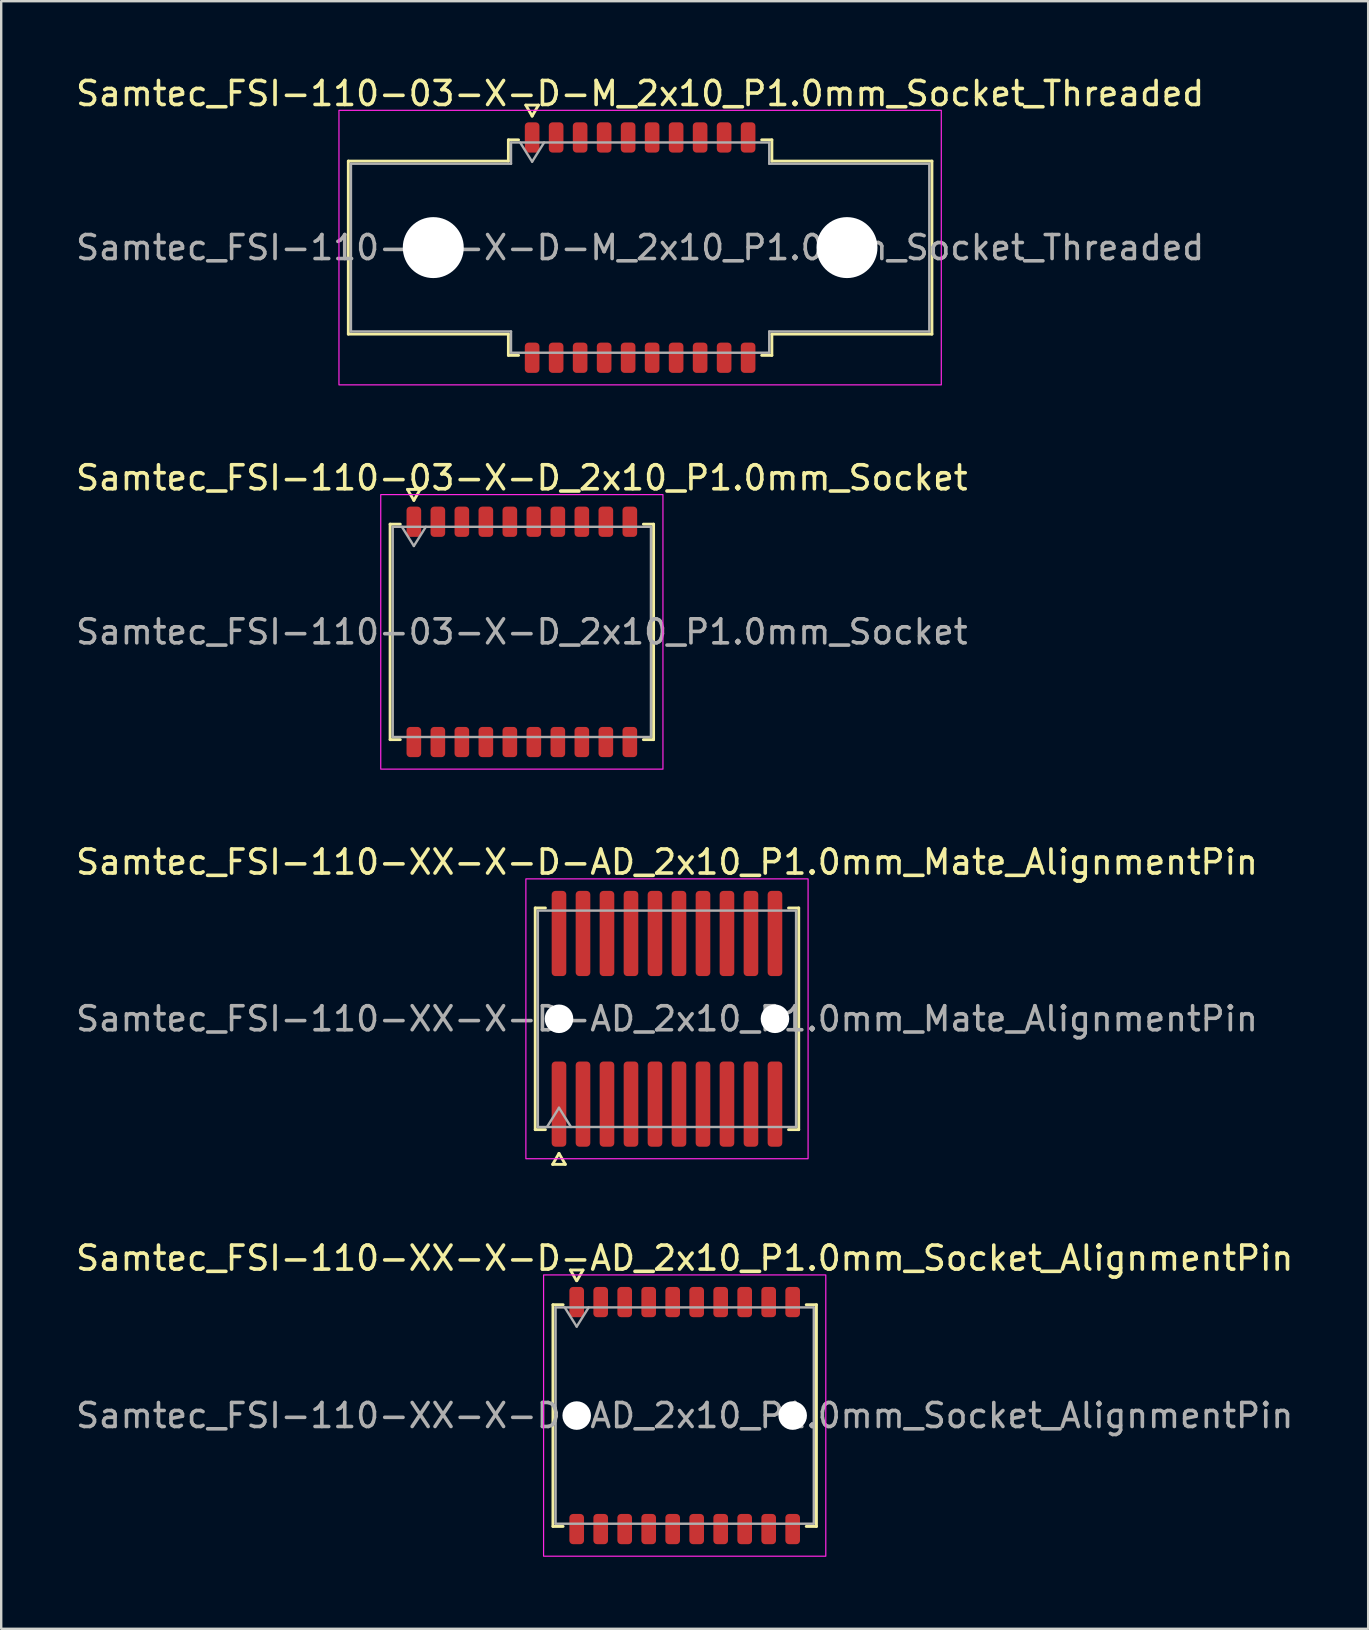
<source format=kicad_pcb>
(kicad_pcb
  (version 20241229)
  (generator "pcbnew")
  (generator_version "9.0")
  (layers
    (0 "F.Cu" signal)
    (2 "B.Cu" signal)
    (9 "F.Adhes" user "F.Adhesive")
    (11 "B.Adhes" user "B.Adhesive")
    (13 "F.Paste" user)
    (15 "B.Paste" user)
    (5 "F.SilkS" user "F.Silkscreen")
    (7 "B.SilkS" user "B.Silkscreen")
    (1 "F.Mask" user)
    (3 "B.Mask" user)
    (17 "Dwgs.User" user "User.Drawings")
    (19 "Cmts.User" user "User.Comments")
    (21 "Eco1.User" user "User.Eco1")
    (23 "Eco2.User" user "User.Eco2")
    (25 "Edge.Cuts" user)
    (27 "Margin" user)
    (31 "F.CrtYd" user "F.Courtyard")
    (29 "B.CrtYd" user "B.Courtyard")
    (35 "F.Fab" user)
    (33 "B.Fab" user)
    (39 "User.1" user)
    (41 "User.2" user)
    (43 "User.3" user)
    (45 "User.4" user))
  (footprint "Samtec_FSI-110-XX-X-D-AD_2x10_P1.0mm_Mate_AlignmentPin"
    (layer "F.Cu")
    (at 24.744 39.405)
    (property "Reference" "Samtec_FSI-110-XX-X-D-AD_2x10_P1.0mm_Mate_AlignmentPin" (at 0 -6.53 0) (layer "F.SilkS") (effects (font (size 1 1) (thickness 0.15))))
    (attr exclude_from_pos_files exclude_from_bom)
    (fp_line (start -5.49 -4.619) (end -5.065 -4.619) (stroke (width 0.12) (type solid)) (layer "F.SilkS"))
    (fp_line (start -5.49 4.619) (end -5.49 -4.619) (stroke (width 0.12) (type solid)) (layer "F.SilkS"))
    (fp_line (start -5.065 4.619) (end -5.49 4.619) (stroke (width 0.12) (type solid)) (layer "F.SilkS"))
    (fp_line (start -4.764 6.066) (end -4.5 5.609) (stroke (width 0.12) (type solid)) (layer "F.SilkS"))
    (fp_line (start -4.5 5.609) (end -4.236 6.066) (stroke (width 0.12) (type solid)) (layer "F.SilkS"))
    (fp_line (start -4.236 6.066) (end -4.764 6.066) (stroke (width 0.12) (type solid)) (layer "F.SilkS"))
    (fp_line (start 5.065 -4.619) (end 5.49 -4.619) (stroke (width 0.12) (type solid)) (layer "F.SilkS"))
    (fp_line (start 5.49 -4.619) (end 5.49 4.619) (stroke (width 0.12) (type solid)) (layer "F.SilkS"))
    (fp_line (start 5.49 4.619) (end 5.065 4.619) (stroke (width 0.12) (type solid)) (layer "F.SilkS"))
    (fp_rect (start -5.88 -5.83) (end 5.88 5.83) (stroke (width 0.05) (type solid)) (fill no) (layer "F.CrtYd"))
    (fp_line (start -5.38 -4.508) (end 5.38 -4.508) (stroke (width 0.1) (type solid)) (layer "F.Fab"))
    (fp_line (start -5.38 4.508) (end -5.38 -4.508) (stroke (width 0.1) (type solid)) (layer "F.Fab"))
    (fp_line (start -5 4.508) (end -4.5 3.708) (stroke (width 0.1) (type solid)) (layer "F.Fab"))
    (fp_line (start -4.5 3.708) (end -4 4.508) (stroke (width 0.1) (type solid)) (layer "F.Fab"))
    (fp_line (start 5.38 -4.508) (end 5.38 4.508) (stroke (width 0.1) (type solid)) (layer "F.Fab"))
    (fp_line (start 5.38 4.508) (end -5.38 4.508) (stroke (width 0.1) (type solid)) (layer "F.Fab"))
    (fp_text user "${REFERENCE}" (at 0 0 0) (layer "F.Fab") (effects (font (size 1 1) (thickness 0.15))))
    (pad "" np_thru_hole circle (at -4.5 0) (size 1.19 1.19) (drill 1.19) (layers "*.Cu" "*.Mask"))
    (pad "" np_thru_hole circle (at 4.5 0) (size 1.19 1.19) (drill 1.19) (layers "*.Cu" "*.Mask"))
    (pad "1" smd roundrect (at -4.5 3.555) (size 0.61 3.55) (layers "F.Cu" "F.Mask") (roundrect_rratio 0.25))
    (pad "2" smd roundrect (at -4.5 -3.555) (size 0.61 3.55) (layers "F.Cu" "F.Mask") (roundrect_rratio 0.25))
    (pad "3" smd roundrect (at -3.5 3.555) (size 0.61 3.55) (layers "F.Cu" "F.Mask") (roundrect_rratio 0.25))
    (pad "4" smd roundrect (at -3.5 -3.555) (size 0.61 3.55) (layers "F.Cu" "F.Mask") (roundrect_rratio 0.25))
    (pad "5" smd roundrect (at -2.5 3.555) (size 0.61 3.55) (layers "F.Cu" "F.Mask") (roundrect_rratio 0.25))
    (pad "6" smd roundrect (at -2.5 -3.555) (size 0.61 3.55) (layers "F.Cu" "F.Mask") (roundrect_rratio 0.25))
    (pad "7" smd roundrect (at -1.5 3.555) (size 0.61 3.55) (layers "F.Cu" "F.Mask") (roundrect_rratio 0.25))
    (pad "8" smd roundrect (at -1.5 -3.555) (size 0.61 3.55) (layers "F.Cu" "F.Mask") (roundrect_rratio 0.25))
    (pad "9" smd roundrect (at -0.5 3.555) (size 0.61 3.55) (layers "F.Cu" "F.Mask") (roundrect_rratio 0.25))
    (pad "10" smd roundrect (at -0.5 -3.555) (size 0.61 3.55) (layers "F.Cu" "F.Mask") (roundrect_rratio 0.25))
    (pad "11" smd roundrect (at 0.5 3.555) (size 0.61 3.55) (layers "F.Cu" "F.Mask") (roundrect_rratio 0.25))
    (pad "12" smd roundrect (at 0.5 -3.555) (size 0.61 3.55) (layers "F.Cu" "F.Mask") (roundrect_rratio 0.25))
    (pad "13" smd roundrect (at 1.5 3.555) (size 0.61 3.55) (layers "F.Cu" "F.Mask") (roundrect_rratio 0.25))
    (pad "14" smd roundrect (at 1.5 -3.555) (size 0.61 3.55) (layers "F.Cu" "F.Mask") (roundrect_rratio 0.25))
    (pad "15" smd roundrect (at 2.5 3.555) (size 0.61 3.55) (layers "F.Cu" "F.Mask") (roundrect_rratio 0.25))
    (pad "16" smd roundrect (at 2.5 -3.555) (size 0.61 3.55) (layers "F.Cu" "F.Mask") (roundrect_rratio 0.25))
    (pad "17" smd roundrect (at 3.5 3.555) (size 0.61 3.55) (layers "F.Cu" "F.Mask") (roundrect_rratio 0.25))
    (pad "18" smd roundrect (at 3.5 -3.555) (size 0.61 3.55) (layers "F.Cu" "F.Mask") (roundrect_rratio 0.25))
    (pad "19" smd roundrect (at 4.5 3.555) (size 0.61 3.55) (layers "F.Cu" "F.Mask") (roundrect_rratio 0.25))
    (pad "20" smd roundrect (at 4.5 -3.555) (size 0.61 3.55) (layers "F.Cu" "F.Mask") (roundrect_rratio 0.25)))
  (footprint "Samtec_FSI-110-XX-X-D-AD_2x10_P1.0mm_Socket_AlignmentPin"
    (layer "F.Cu")
    (at 25.482 55.939)
    (property "Reference" "Samtec_FSI-110-XX-X-D-AD_2x10_P1.0mm_Socket_AlignmentPin" (at 0 -6.56 0) (layer "F.SilkS") (effects (font (size 1 1) (thickness 0.15))))
    (attr smd)
    (fp_line (start -5.49 -4.619) (end -5.065 -4.619) (stroke (width 0.12) (type solid)) (layer "F.SilkS"))
    (fp_line (start -5.49 4.619) (end -5.49 -4.619) (stroke (width 0.12) (type solid)) (layer "F.SilkS"))
    (fp_line (start -5.065 4.619) (end -5.49 4.619) (stroke (width 0.12) (type solid)) (layer "F.SilkS"))
    (fp_line (start -4.764 -6.066) (end -4.507 -5.62) (stroke (width 0.12) (type solid)) (layer "F.SilkS"))
    (fp_line (start -4.493 -5.62) (end -4.236 -6.066) (stroke (width 0.12) (type solid)) (layer "F.SilkS"))
    (fp_line (start -4.236 -6.066) (end -4.764 -6.066) (stroke (width 0.12) (type solid)) (layer "F.SilkS"))
    (fp_line (start 5.065 -4.619) (end 5.49 -4.619) (stroke (width 0.12) (type solid)) (layer "F.SilkS"))
    (fp_line (start 5.49 -4.619) (end 5.49 4.619) (stroke (width 0.12) (type solid)) (layer "F.SilkS"))
    (fp_line (start 5.49 4.619) (end 5.065 4.619) (stroke (width 0.12) (type solid)) (layer "F.SilkS"))
    (fp_rect (start -5.88 -5.86) (end 5.88 5.86) (stroke (width 0.05) (type solid)) (fill no) (layer "F.CrtYd"))
    (fp_line (start -5.38 -4.508) (end 5.38 -4.508) (stroke (width 0.1) (type solid)) (layer "F.Fab"))
    (fp_line (start -5.38 4.508) (end -5.38 -4.508) (stroke (width 0.1) (type solid)) (layer "F.Fab"))
    (fp_line (start -5 -4.508) (end -4.5 -3.708) (stroke (width 0.1) (type solid)) (layer "F.Fab"))
    (fp_line (start -4.5 -3.708) (end -4 -4.508) (stroke (width 0.1) (type solid)) (layer "F.Fab"))
    (fp_line (start 5.38 -4.508) (end 5.38 4.508) (stroke (width 0.1) (type solid)) (layer "F.Fab"))
    (fp_line (start 5.38 4.508) (end -5.38 4.508) (stroke (width 0.1) (type solid)) (layer "F.Fab"))
    (fp_text user "${REFERENCE}" (at 0 0 0) (layer "F.Fab") (effects (font (size 1 1) (thickness 0.15))))
    (pad "" np_thru_hole circle (at -4.5 0) (size 1.19 1.19) (drill 1.19) (layers "*.Cu" "*.Mask"))
    (pad "" np_thru_hole circle (at 4.5 0) (size 1.19 1.19) (drill 1.19) (layers "*.Cu" "*.Mask"))
    (pad "1" smd roundrect (at -4.5 -4.73) (size 0.61 1.26) (layers "F.Cu" "F.Mask" "F.Paste") (roundrect_rratio 0.25))
    (pad "2" smd roundrect (at -4.5 4.73) (size 0.61 1.26) (layers "F.Cu" "F.Mask" "F.Paste") (roundrect_rratio 0.25))
    (pad "3" smd roundrect (at -3.5 -4.73) (size 0.61 1.26) (layers "F.Cu" "F.Mask" "F.Paste") (roundrect_rratio 0.25))
    (pad "4" smd roundrect (at -3.5 4.73) (size 0.61 1.26) (layers "F.Cu" "F.Mask" "F.Paste") (roundrect_rratio 0.25))
    (pad "5" smd roundrect (at -2.5 -4.73) (size 0.61 1.26) (layers "F.Cu" "F.Mask" "F.Paste") (roundrect_rratio 0.25))
    (pad "6" smd roundrect (at -2.5 4.73) (size 0.61 1.26) (layers "F.Cu" "F.Mask" "F.Paste") (roundrect_rratio 0.25))
    (pad "7" smd roundrect (at -1.5 -4.73) (size 0.61 1.26) (layers "F.Cu" "F.Mask" "F.Paste") (roundrect_rratio 0.25))
    (pad "8" smd roundrect (at -1.5 4.73) (size 0.61 1.26) (layers "F.Cu" "F.Mask" "F.Paste") (roundrect_rratio 0.25))
    (pad "9" smd roundrect (at -0.5 -4.73) (size 0.61 1.26) (layers "F.Cu" "F.Mask" "F.Paste") (roundrect_rratio 0.25))
    (pad "10" smd roundrect (at -0.5 4.73) (size 0.61 1.26) (layers "F.Cu" "F.Mask" "F.Paste") (roundrect_rratio 0.25))
    (pad "11" smd roundrect (at 0.5 -4.73) (size 0.61 1.26) (layers "F.Cu" "F.Mask" "F.Paste") (roundrect_rratio 0.25))
    (pad "12" smd roundrect (at 0.5 4.73) (size 0.61 1.26) (layers "F.Cu" "F.Mask" "F.Paste") (roundrect_rratio 0.25))
    (pad "13" smd roundrect (at 1.5 -4.73) (size 0.61 1.26) (layers "F.Cu" "F.Mask" "F.Paste") (roundrect_rratio 0.25))
    (pad "14" smd roundrect (at 1.5 4.73) (size 0.61 1.26) (layers "F.Cu" "F.Mask" "F.Paste") (roundrect_rratio 0.25))
    (pad "15" smd roundrect (at 2.5 -4.73) (size 0.61 1.26) (layers "F.Cu" "F.Mask" "F.Paste") (roundrect_rratio 0.25))
    (pad "16" smd roundrect (at 2.5 4.73) (size 0.61 1.26) (layers "F.Cu" "F.Mask" "F.Paste") (roundrect_rratio 0.25))
    (pad "17" smd roundrect (at 3.5 -4.73) (size 0.61 1.26) (layers "F.Cu" "F.Mask" "F.Paste") (roundrect_rratio 0.25))
    (pad "18" smd roundrect (at 3.5 4.73) (size 0.61 1.26) (layers "F.Cu" "F.Mask" "F.Paste") (roundrect_rratio 0.25))
    (pad "19" smd roundrect (at 4.5 -4.73) (size 0.61 1.26) (layers "F.Cu" "F.Mask" "F.Paste") (roundrect_rratio 0.25))
    (pad "20" smd roundrect (at 4.5 4.73) (size 0.61 1.26) (layers "F.Cu" "F.Mask" "F.Paste") (roundrect_rratio 0.25)))
  (footprint "Samtec_FSI-110-03-X-D_2x10_P1.0mm_Socket"
    (layer "F.Cu")
    (at 18.696 23.282)
    (property "Reference" "Samtec_FSI-110-03-X-D_2x10_P1.0mm_Socket" (at 0 -6.42 0) (layer "F.SilkS") (effects (font (size 1 1) (thickness 0.15))))
    (attr smd)
    (fp_line (start -5.49 -4.49) (end -5.065 -4.49) (stroke (width 0.12) (type solid)) (layer "F.SilkS"))
    (fp_line (start -5.49 4.49) (end -5.49 -4.49) (stroke (width 0.12) (type solid)) (layer "F.SilkS"))
    (fp_line (start -5.065 4.49) (end -5.49 4.49) (stroke (width 0.12) (type solid)) (layer "F.SilkS"))
    (fp_line (start -4.764 -5.938) (end -4.5 -5.48) (stroke (width 0.12) (type solid)) (layer "F.SilkS"))
    (fp_line (start -4.5 -5.48) (end -4.236 -5.938) (stroke (width 0.12) (type solid)) (layer "F.SilkS"))
    (fp_line (start -4.236 -5.938) (end -4.764 -5.938) (stroke (width 0.12) (type solid)) (layer "F.SilkS"))
    (fp_line (start 5.065 -4.49) (end 5.49 -4.49) (stroke (width 0.12) (type solid)) (layer "F.SilkS"))
    (fp_line (start 5.49 -4.49) (end 5.49 4.49) (stroke (width 0.12) (type solid)) (layer "F.SilkS"))
    (fp_line (start 5.49 4.49) (end 5.065 4.49) (stroke (width 0.12) (type solid)) (layer "F.SilkS"))
    (fp_rect (start -5.88 -5.72) (end 5.88 5.72) (stroke (width 0.05) (type solid)) (fill no) (layer "F.CrtYd"))
    (fp_line (start -5.38 -4.38) (end 5.38 -4.38) (stroke (width 0.1) (type solid)) (layer "F.Fab"))
    (fp_line (start -5.38 4.38) (end -5.38 -4.38) (stroke (width 0.1) (type solid)) (layer "F.Fab"))
    (fp_line (start -5 -4.38) (end -4.5 -3.58) (stroke (width 0.1) (type solid)) (layer "F.Fab"))
    (fp_line (start -4.5 -3.58) (end -4 -4.38) (stroke (width 0.1) (type solid)) (layer "F.Fab"))
    (fp_line (start 5.38 -4.38) (end 5.38 4.38) (stroke (width 0.1) (type solid)) (layer "F.Fab"))
    (fp_line (start 5.38 4.38) (end -5.38 4.38) (stroke (width 0.1) (type solid)) (layer "F.Fab"))
    (fp_text user "${REFERENCE}" (at 0 0 0) (layer "F.Fab") (effects (font (size 1 1) (thickness 0.15))))
    (pad "1" smd roundrect (at -4.5 -4.59) (size 0.61 1.26) (layers "F.Cu" "F.Mask" "F.Paste") (roundrect_rratio 0.25))
    (pad "2" smd roundrect (at -4.5 4.59) (size 0.61 1.26) (layers "F.Cu" "F.Mask" "F.Paste") (roundrect_rratio 0.25))
    (pad "3" smd roundrect (at -3.5 -4.59) (size 0.61 1.26) (layers "F.Cu" "F.Mask" "F.Paste") (roundrect_rratio 0.25))
    (pad "4" smd roundrect (at -3.5 4.59) (size 0.61 1.26) (layers "F.Cu" "F.Mask" "F.Paste") (roundrect_rratio 0.25))
    (pad "5" smd roundrect (at -2.5 -4.59) (size 0.61 1.26) (layers "F.Cu" "F.Mask" "F.Paste") (roundrect_rratio 0.25))
    (pad "6" smd roundrect (at -2.5 4.59) (size 0.61 1.26) (layers "F.Cu" "F.Mask" "F.Paste") (roundrect_rratio 0.25))
    (pad "7" smd roundrect (at -1.5 -4.59) (size 0.61 1.26) (layers "F.Cu" "F.Mask" "F.Paste") (roundrect_rratio 0.25))
    (pad "8" smd roundrect (at -1.5 4.59) (size 0.61 1.26) (layers "F.Cu" "F.Mask" "F.Paste") (roundrect_rratio 0.25))
    (pad "9" smd roundrect (at -0.5 -4.59) (size 0.61 1.26) (layers "F.Cu" "F.Mask" "F.Paste") (roundrect_rratio 0.25))
    (pad "10" smd roundrect (at -0.5 4.59) (size 0.61 1.26) (layers "F.Cu" "F.Mask" "F.Paste") (roundrect_rratio 0.25))
    (pad "11" smd roundrect (at 0.5 -4.59) (size 0.61 1.26) (layers "F.Cu" "F.Mask" "F.Paste") (roundrect_rratio 0.25))
    (pad "12" smd roundrect (at 0.5 4.59) (size 0.61 1.26) (layers "F.Cu" "F.Mask" "F.Paste") (roundrect_rratio 0.25))
    (pad "13" smd roundrect (at 1.5 -4.59) (size 0.61 1.26) (layers "F.Cu" "F.Mask" "F.Paste") (roundrect_rratio 0.25))
    (pad "14" smd roundrect (at 1.5 4.59) (size 0.61 1.26) (layers "F.Cu" "F.Mask" "F.Paste") (roundrect_rratio 0.25))
    (pad "15" smd roundrect (at 2.5 -4.59) (size 0.61 1.26) (layers "F.Cu" "F.Mask" "F.Paste") (roundrect_rratio 0.25))
    (pad "16" smd roundrect (at 2.5 4.59) (size 0.61 1.26) (layers "F.Cu" "F.Mask" "F.Paste") (roundrect_rratio 0.25))
    (pad "17" smd roundrect (at 3.5 -4.59) (size 0.61 1.26) (layers "F.Cu" "F.Mask" "F.Paste") (roundrect_rratio 0.25))
    (pad "18" smd roundrect (at 3.5 4.59) (size 0.61 1.26) (layers "F.Cu" "F.Mask" "F.Paste") (roundrect_rratio 0.25))
    (pad "19" smd roundrect (at 4.5 -4.59) (size 0.61 1.26) (layers "F.Cu" "F.Mask" "F.Paste") (roundrect_rratio 0.25))
    (pad "20" smd roundrect (at 4.5 4.59) (size 0.61 1.26) (layers "F.Cu" "F.Mask" "F.Paste") (roundrect_rratio 0.25)))
  (footprint "Samtec_FSI-110-03-X-D-M_2x10_P1.0mm_Socket_Threaded"
    (layer "F.Cu")
    (at 23.625 7.268)
    (property "Reference" "Samtec_FSI-110-03-X-D-M_2x10_P1.0mm_Socket_Threaded" (at 0 -6.42 0) (layer "F.SilkS") (effects (font (size 1 1) (thickness 0.15))))
    (attr smd)
    (fp_line (start -12.16 -3.605) (end -5.49 -3.605) (stroke (width 0.12) (type solid)) (layer "F.SilkS"))
    (fp_line (start -12.16 3.605) (end -12.16 -3.605) (stroke (width 0.12) (type solid)) (layer "F.SilkS"))
    (fp_line (start -5.49 -4.49) (end -5.065 -4.49) (stroke (width 0.12) (type solid)) (layer "F.SilkS"))
    (fp_line (start -5.49 -3.605) (end -5.49 -4.49) (stroke (width 0.12) (type solid)) (layer "F.SilkS"))
    (fp_line (start -5.49 3.605) (end -12.16 3.605) (stroke (width 0.12) (type solid)) (layer "F.SilkS"))
    (fp_line (start -5.49 4.49) (end -5.49 3.605) (stroke (width 0.12) (type solid)) (layer "F.SilkS"))
    (fp_line (start -5.065 4.49) (end -5.49 4.49) (stroke (width 0.12) (type solid)) (layer "F.SilkS"))
    (fp_line (start -4.764 -5.938) (end -4.5 -5.48) (stroke (width 0.12) (type solid)) (layer "F.SilkS"))
    (fp_line (start -4.5 -5.48) (end -4.236 -5.938) (stroke (width 0.12) (type solid)) (layer "F.SilkS"))
    (fp_line (start -4.236 -5.938) (end -4.764 -5.938) (stroke (width 0.12) (type solid)) (layer "F.SilkS"))
    (fp_line (start 5.065 -4.49) (end 5.49 -4.49) (stroke (width 0.12) (type solid)) (layer "F.SilkS"))
    (fp_line (start 5.49 -4.49) (end 5.49 -3.605) (stroke (width 0.12) (type solid)) (layer "F.SilkS"))
    (fp_line (start 5.49 -3.605) (end 12.16 -3.605) (stroke (width 0.12) (type solid)) (layer "F.SilkS"))
    (fp_line (start 5.49 3.605) (end 5.49 4.49) (stroke (width 0.12) (type solid)) (layer "F.SilkS"))
    (fp_line (start 5.49 4.49) (end 5.065 4.49) (stroke (width 0.12) (type solid)) (layer "F.SilkS"))
    (fp_line (start 12.16 -3.605) (end 12.16 3.605) (stroke (width 0.12) (type solid)) (layer "F.SilkS"))
    (fp_line (start 12.16 3.605) (end 5.49 3.605) (stroke (width 0.12) (type solid)) (layer "F.SilkS"))
    (fp_rect (start -12.55 -5.72) (end 12.55 5.72) (stroke (width 0.05) (type solid)) (fill no) (layer "F.CrtYd"))
    (fp_line (start -12.05 -3.495) (end -5.38 -3.495) (stroke (width 0.1) (type solid)) (layer "F.Fab"))
    (fp_line (start -12.05 3.495) (end -12.05 -3.495) (stroke (width 0.1) (type solid)) (layer "F.Fab"))
    (fp_line (start -5.38 -4.38) (end 5.38 -4.38) (stroke (width 0.1) (type solid)) (layer "F.Fab"))
    (fp_line (start -5.38 -3.495) (end -5.38 -4.38) (stroke (width 0.1) (type solid)) (layer "F.Fab"))
    (fp_line (start -5.38 3.495) (end -12.05 3.495) (stroke (width 0.1) (type solid)) (layer "F.Fab"))
    (fp_line (start -5.38 4.38) (end -5.38 3.495) (stroke (width 0.1) (type solid)) (layer "F.Fab"))
    (fp_line (start -5 -4.38) (end -4.5 -3.58) (stroke (width 0.1) (type solid)) (layer "F.Fab"))
    (fp_line (start -4.5 -3.58) (end -4 -4.38) (stroke (width 0.1) (type solid)) (layer "F.Fab"))
    (fp_line (start 5.38 -4.38) (end 5.38 -3.495) (stroke (width 0.1) (type solid)) (layer "F.Fab"))
    (fp_line (start 5.38 -3.495) (end 12.05 -3.495) (stroke (width 0.1) (type solid)) (layer "F.Fab"))
    (fp_line (start 5.38 3.495) (end 5.38 4.38) (stroke (width 0.1) (type solid)) (layer "F.Fab"))
    (fp_line (start 5.38 4.38) (end -5.38 4.38) (stroke (width 0.1) (type solid)) (layer "F.Fab"))
    (fp_line (start 12.05 -3.495) (end 12.05 3.495) (stroke (width 0.1) (type solid)) (layer "F.Fab"))
    (fp_line (start 12.05 3.495) (end 5.38 3.495) (stroke (width 0.1) (type solid)) (layer "F.Fab"))
    (fp_text user "${REFERENCE}" (at 0 0 0) (layer "F.Fab") (effects (font (size 1 1) (thickness 0.15))))
    (pad "" np_thru_hole circle (at -8.62 0) (size 2.54 2.54) (drill 2.54) (layers "*.Cu" "*.Mask"))
    (pad "" np_thru_hole circle (at 8.62 0) (size 2.54 2.54) (drill 2.54) (layers "*.Cu" "*.Mask"))
    (pad "1" smd roundrect (at -4.5 -4.59) (size 0.61 1.26) (layers "F.Cu" "F.Mask" "F.Paste") (roundrect_rratio 0.25))
    (pad "2" smd roundrect (at -4.5 4.59) (size 0.61 1.26) (layers "F.Cu" "F.Mask" "F.Paste") (roundrect_rratio 0.25))
    (pad "3" smd roundrect (at -3.5 -4.59) (size 0.61 1.26) (layers "F.Cu" "F.Mask" "F.Paste") (roundrect_rratio 0.25))
    (pad "4" smd roundrect (at -3.5 4.59) (size 0.61 1.26) (layers "F.Cu" "F.Mask" "F.Paste") (roundrect_rratio 0.25))
    (pad "5" smd roundrect (at -2.5 -4.59) (size 0.61 1.26) (layers "F.Cu" "F.Mask" "F.Paste") (roundrect_rratio 0.25))
    (pad "6" smd roundrect (at -2.5 4.59) (size 0.61 1.26) (layers "F.Cu" "F.Mask" "F.Paste") (roundrect_rratio 0.25))
    (pad "7" smd roundrect (at -1.5 -4.59) (size 0.61 1.26) (layers "F.Cu" "F.Mask" "F.Paste") (roundrect_rratio 0.25))
    (pad "8" smd roundrect (at -1.5 4.59) (size 0.61 1.26) (layers "F.Cu" "F.Mask" "F.Paste") (roundrect_rratio 0.25))
    (pad "9" smd roundrect (at -0.5 -4.59) (size 0.61 1.26) (layers "F.Cu" "F.Mask" "F.Paste") (roundrect_rratio 0.25))
    (pad "10" smd roundrect (at -0.5 4.59) (size 0.61 1.26) (layers "F.Cu" "F.Mask" "F.Paste") (roundrect_rratio 0.25))
    (pad "11" smd roundrect (at 0.5 -4.59) (size 0.61 1.26) (layers "F.Cu" "F.Mask" "F.Paste") (roundrect_rratio 0.25))
    (pad "12" smd roundrect (at 0.5 4.59) (size 0.61 1.26) (layers "F.Cu" "F.Mask" "F.Paste") (roundrect_rratio 0.25))
    (pad "13" smd roundrect (at 1.5 -4.59) (size 0.61 1.26) (layers "F.Cu" "F.Mask" "F.Paste") (roundrect_rratio 0.25))
    (pad "14" smd roundrect (at 1.5 4.59) (size 0.61 1.26) (layers "F.Cu" "F.Mask" "F.Paste") (roundrect_rratio 0.25))
    (pad "15" smd roundrect (at 2.5 -4.59) (size 0.61 1.26) (layers "F.Cu" "F.Mask" "F.Paste") (roundrect_rratio 0.25))
    (pad "16" smd roundrect (at 2.5 4.59) (size 0.61 1.26) (layers "F.Cu" "F.Mask" "F.Paste") (roundrect_rratio 0.25))
    (pad "17" smd roundrect (at 3.5 -4.59) (size 0.61 1.26) (layers "F.Cu" "F.Mask" "F.Paste") (roundrect_rratio 0.25))
    (pad "18" smd roundrect (at 3.5 4.59) (size 0.61 1.26) (layers "F.Cu" "F.Mask" "F.Paste") (roundrect_rratio 0.25))
    (pad "19" smd roundrect (at 4.5 -4.59) (size 0.61 1.26) (layers "F.Cu" "F.Mask" "F.Paste") (roundrect_rratio 0.25))
    (pad "20" smd roundrect (at 4.5 4.59) (size 0.61 1.26) (layers "F.Cu" "F.Mask" "F.Paste") (roundrect_rratio 0.25)))
  (gr_rect
    (start -3 -3)
    (end 53.964 64.824)
    (stroke (width 0.1) (type default))
    (fill no)
    (layer "Edge.Cuts")))
</source>
